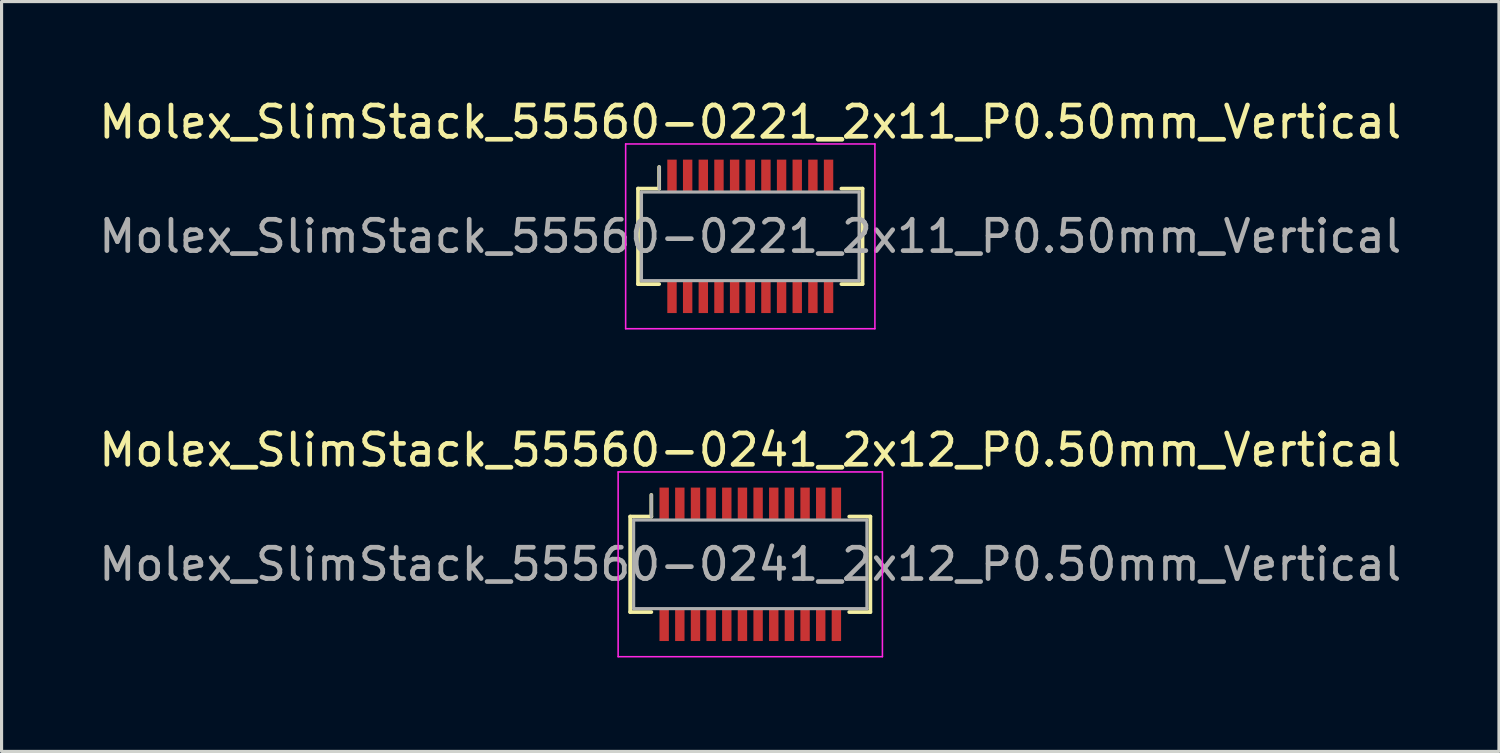
<source format=kicad_pcb>
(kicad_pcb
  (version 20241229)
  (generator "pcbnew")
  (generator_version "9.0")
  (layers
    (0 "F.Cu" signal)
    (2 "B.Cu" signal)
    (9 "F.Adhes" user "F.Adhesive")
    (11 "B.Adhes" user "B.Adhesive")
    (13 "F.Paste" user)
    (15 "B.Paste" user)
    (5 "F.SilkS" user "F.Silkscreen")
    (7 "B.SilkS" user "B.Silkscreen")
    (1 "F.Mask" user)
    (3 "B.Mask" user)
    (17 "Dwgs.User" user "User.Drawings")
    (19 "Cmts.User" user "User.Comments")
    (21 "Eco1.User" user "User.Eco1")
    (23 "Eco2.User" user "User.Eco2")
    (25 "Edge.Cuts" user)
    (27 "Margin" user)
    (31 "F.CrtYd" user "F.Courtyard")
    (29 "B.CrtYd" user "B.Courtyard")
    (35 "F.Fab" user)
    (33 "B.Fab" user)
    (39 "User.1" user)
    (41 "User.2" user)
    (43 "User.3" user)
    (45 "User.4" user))
  (footprint "Molex_SlimStack_55560-0221_2x11_P0.50mm_Vertical"
    (layer "F.Cu")
    (at 20.911 4.498)
    (property "Reference" "Molex_SlimStack_55560-0221_2x11_P0.50mm_Vertical" (at 0 -3.65 0) (layer "F.SilkS") (effects (font (size 1 1) (thickness 0.15))))
    (attr smd)
    (fp_line (start -3.585 -1.525) (end -2.91 -1.525) (stroke (width 0.12) (type solid)) (layer "F.SilkS"))
    (fp_line (start -3.585 1.525) (end -3.585 -1.525) (stroke (width 0.12) (type solid)) (layer "F.SilkS"))
    (fp_line (start -2.91 -1.525) (end -2.91 -2.215) (stroke (width 0.12) (type solid)) (layer "F.SilkS"))
    (fp_line (start -2.91 1.525) (end -3.585 1.525) (stroke (width 0.12) (type solid)) (layer "F.SilkS"))
    (fp_line (start 2.91 1.525) (end 3.585 1.525) (stroke (width 0.12) (type solid)) (layer "F.SilkS"))
    (fp_line (start 3.585 -1.525) (end 2.91 -1.525) (stroke (width 0.12) (type solid)) (layer "F.SilkS"))
    (fp_line (start 3.585 1.525) (end 3.585 -1.525) (stroke (width 0.12) (type solid)) (layer "F.SilkS"))
    (fp_line (start -3.98 -2.95) (end -3.98 2.95) (stroke (width 0.05) (type solid)) (layer "F.CrtYd"))
    (fp_line (start -3.98 2.95) (end 3.98 2.95) (stroke (width 0.05) (type solid)) (layer "F.CrtYd"))
    (fp_line (start 3.98 -2.95) (end -3.98 -2.95) (stroke (width 0.05) (type solid)) (layer "F.CrtYd"))
    (fp_line (start 3.98 2.95) (end 3.98 -2.95) (stroke (width 0.05) (type solid)) (layer "F.CrtYd"))
    (fp_line (start -3.475 -1.415) (end -3.475 1.415) (stroke (width 0.1) (type solid)) (layer "F.Fab"))
    (fp_line (start -3.475 1.415) (end 3.475 1.415) (stroke (width 0.1) (type solid)) (layer "F.Fab"))
    (fp_line (start -2.91 -1.525) (end -2.91 -2.215) (stroke (width 0.1) (type solid)) (layer "F.Fab"))
    (fp_line (start 3.475 -1.415) (end -3.475 -1.415) (stroke (width 0.1) (type solid)) (layer "F.Fab"))
    (fp_line (start 3.475 1.415) (end 3.475 -1.415) (stroke (width 0.1) (type solid)) (layer "F.Fab"))
    (fp_text user "${REFERENCE}" (at 0 0 0) (layer "F.Fab") (effects (font (size 1 1) (thickness 0.15))))
    (pad "1" smd rect (at -2.5 -1.95) (size 0.3 1) (layers "F.Cu" "F.Mask" "F.Paste"))
    (pad "2" smd rect (at -2.5 1.95) (size 0.3 1) (layers "F.Cu" "F.Mask" "F.Paste"))
    (pad "3" smd rect (at -2 -1.95) (size 0.3 1) (layers "F.Cu" "F.Mask" "F.Paste"))
    (pad "4" smd rect (at -2 1.95) (size 0.3 1) (layers "F.Cu" "F.Mask" "F.Paste"))
    (pad "5" smd rect (at -1.5 -1.95) (size 0.3 1) (layers "F.Cu" "F.Mask" "F.Paste"))
    (pad "6" smd rect (at -1.5 1.95) (size 0.3 1) (layers "F.Cu" "F.Mask" "F.Paste"))
    (pad "7" smd rect (at -1 -1.95) (size 0.3 1) (layers "F.Cu" "F.Mask" "F.Paste"))
    (pad "8" smd rect (at -1 1.95) (size 0.3 1) (layers "F.Cu" "F.Mask" "F.Paste"))
    (pad "9" smd rect (at -0.5 -1.95) (size 0.3 1) (layers "F.Cu" "F.Mask" "F.Paste"))
    (pad "10" smd rect (at -0.5 1.95) (size 0.3 1) (layers "F.Cu" "F.Mask" "F.Paste"))
    (pad "11" smd rect (at 0 -1.95) (size 0.3 1) (layers "F.Cu" "F.Mask" "F.Paste"))
    (pad "12" smd rect (at 0 1.95) (size 0.3 1) (layers "F.Cu" "F.Mask" "F.Paste"))
    (pad "13" smd rect (at 0.5 -1.95) (size 0.3 1) (layers "F.Cu" "F.Mask" "F.Paste"))
    (pad "14" smd rect (at 0.5 1.95) (size 0.3 1) (layers "F.Cu" "F.Mask" "F.Paste"))
    (pad "15" smd rect (at 1 -1.95) (size 0.3 1) (layers "F.Cu" "F.Mask" "F.Paste"))
    (pad "16" smd rect (at 1 1.95) (size 0.3 1) (layers "F.Cu" "F.Mask" "F.Paste"))
    (pad "17" smd rect (at 1.5 -1.95) (size 0.3 1) (layers "F.Cu" "F.Mask" "F.Paste"))
    (pad "18" smd rect (at 1.5 1.95) (size 0.3 1) (layers "F.Cu" "F.Mask" "F.Paste"))
    (pad "19" smd rect (at 2 -1.95) (size 0.3 1) (layers "F.Cu" "F.Mask" "F.Paste"))
    (pad "20" smd rect (at 2 1.95) (size 0.3 1) (layers "F.Cu" "F.Mask" "F.Paste"))
    (pad "21" smd rect (at 2.5 -1.95) (size 0.3 1) (layers "F.Cu" "F.Mask" "F.Paste"))
    (pad "22" smd rect (at 2.5 1.95) (size 0.3 1) (layers "F.Cu" "F.Mask" "F.Paste")))
  (footprint "Molex_SlimStack_55560-0241_2x12_P0.50mm_Vertical"
    (layer "F.Cu")
    (at 20.911 14.972)
    (property "Reference" "Molex_SlimStack_55560-0241_2x12_P0.50mm_Vertical" (at 0 -3.65 0) (layer "F.SilkS") (effects (font (size 1 1) (thickness 0.15))))
    (attr smd)
    (fp_line (start -3.835 -1.525) (end -3.16 -1.525) (stroke (width 0.12) (type solid)) (layer "F.SilkS"))
    (fp_line (start -3.835 1.525) (end -3.835 -1.525) (stroke (width 0.12) (type solid)) (layer "F.SilkS"))
    (fp_line (start -3.16 -1.525) (end -3.16 -2.215) (stroke (width 0.12) (type solid)) (layer "F.SilkS"))
    (fp_line (start -3.16 1.525) (end -3.835 1.525) (stroke (width 0.12) (type solid)) (layer "F.SilkS"))
    (fp_line (start 3.16 1.525) (end 3.835 1.525) (stroke (width 0.12) (type solid)) (layer "F.SilkS"))
    (fp_line (start 3.835 -1.525) (end 3.16 -1.525) (stroke (width 0.12) (type solid)) (layer "F.SilkS"))
    (fp_line (start 3.835 1.525) (end 3.835 -1.525) (stroke (width 0.12) (type solid)) (layer "F.SilkS"))
    (fp_line (start -4.22 -2.95) (end -4.22 2.95) (stroke (width 0.05) (type solid)) (layer "F.CrtYd"))
    (fp_line (start -4.22 2.95) (end 4.22 2.95) (stroke (width 0.05) (type solid)) (layer "F.CrtYd"))
    (fp_line (start 4.22 -2.95) (end -4.22 -2.95) (stroke (width 0.05) (type solid)) (layer "F.CrtYd"))
    (fp_line (start 4.22 2.95) (end 4.22 -2.95) (stroke (width 0.05) (type solid)) (layer "F.CrtYd"))
    (fp_line (start -3.725 -1.415) (end -3.725 1.415) (stroke (width 0.1) (type solid)) (layer "F.Fab"))
    (fp_line (start -3.725 1.415) (end 3.725 1.415) (stroke (width 0.1) (type solid)) (layer "F.Fab"))
    (fp_line (start -3.16 -1.525) (end -3.16 -2.215) (stroke (width 0.1) (type solid)) (layer "F.Fab"))
    (fp_line (start 3.725 -1.415) (end -3.725 -1.415) (stroke (width 0.1) (type solid)) (layer "F.Fab"))
    (fp_line (start 3.725 1.415) (end 3.725 -1.415) (stroke (width 0.1) (type solid)) (layer "F.Fab"))
    (fp_text user "${REFERENCE}" (at 0 0 0) (layer "F.Fab") (effects (font (size 1 1) (thickness 0.15))))
    (pad "1" smd rect (at -2.75 -1.95) (size 0.3 1) (layers "F.Cu" "F.Mask" "F.Paste"))
    (pad "2" smd rect (at -2.75 1.95) (size 0.3 1) (layers "F.Cu" "F.Mask" "F.Paste"))
    (pad "3" smd rect (at -2.25 -1.95) (size 0.3 1) (layers "F.Cu" "F.Mask" "F.Paste"))
    (pad "4" smd rect (at -2.25 1.95) (size 0.3 1) (layers "F.Cu" "F.Mask" "F.Paste"))
    (pad "5" smd rect (at -1.75 -1.95) (size 0.3 1) (layers "F.Cu" "F.Mask" "F.Paste"))
    (pad "6" smd rect (at -1.75 1.95) (size 0.3 1) (layers "F.Cu" "F.Mask" "F.Paste"))
    (pad "7" smd rect (at -1.25 -1.95) (size 0.3 1) (layers "F.Cu" "F.Mask" "F.Paste"))
    (pad "8" smd rect (at -1.25 1.95) (size 0.3 1) (layers "F.Cu" "F.Mask" "F.Paste"))
    (pad "9" smd rect (at -0.75 -1.95) (size 0.3 1) (layers "F.Cu" "F.Mask" "F.Paste"))
    (pad "10" smd rect (at -0.75 1.95) (size 0.3 1) (layers "F.Cu" "F.Mask" "F.Paste"))
    (pad "11" smd rect (at -0.25 -1.95) (size 0.3 1) (layers "F.Cu" "F.Mask" "F.Paste"))
    (pad "12" smd rect (at -0.25 1.95) (size 0.3 1) (layers "F.Cu" "F.Mask" "F.Paste"))
    (pad "13" smd rect (at 0.25 -1.95) (size 0.3 1) (layers "F.Cu" "F.Mask" "F.Paste"))
    (pad "14" smd rect (at 0.25 1.95) (size 0.3 1) (layers "F.Cu" "F.Mask" "F.Paste"))
    (pad "15" smd rect (at 0.75 -1.95) (size 0.3 1) (layers "F.Cu" "F.Mask" "F.Paste"))
    (pad "16" smd rect (at 0.75 1.95) (size 0.3 1) (layers "F.Cu" "F.Mask" "F.Paste"))
    (pad "17" smd rect (at 1.25 -1.95) (size 0.3 1) (layers "F.Cu" "F.Mask" "F.Paste"))
    (pad "18" smd rect (at 1.25 1.95) (size 0.3 1) (layers "F.Cu" "F.Mask" "F.Paste"))
    (pad "19" smd rect (at 1.75 -1.95) (size 0.3 1) (layers "F.Cu" "F.Mask" "F.Paste"))
    (pad "20" smd rect (at 1.75 1.95) (size 0.3 1) (layers "F.Cu" "F.Mask" "F.Paste"))
    (pad "21" smd rect (at 2.25 -1.95) (size 0.3 1) (layers "F.Cu" "F.Mask" "F.Paste"))
    (pad "22" smd rect (at 2.25 1.95) (size 0.3 1) (layers "F.Cu" "F.Mask" "F.Paste"))
    (pad "23" smd rect (at 2.75 -1.95) (size 0.3 1) (layers "F.Cu" "F.Mask" "F.Paste"))
    (pad "24" smd rect (at 2.75 1.95) (size 0.3 1) (layers "F.Cu" "F.Mask" "F.Paste")))
  (gr_rect
    (start -3 -3)
    (end 44.821 20.947)
    (stroke (width 0.1) (type default))
    (fill no)
    (layer "Edge.Cuts")))
</source>
